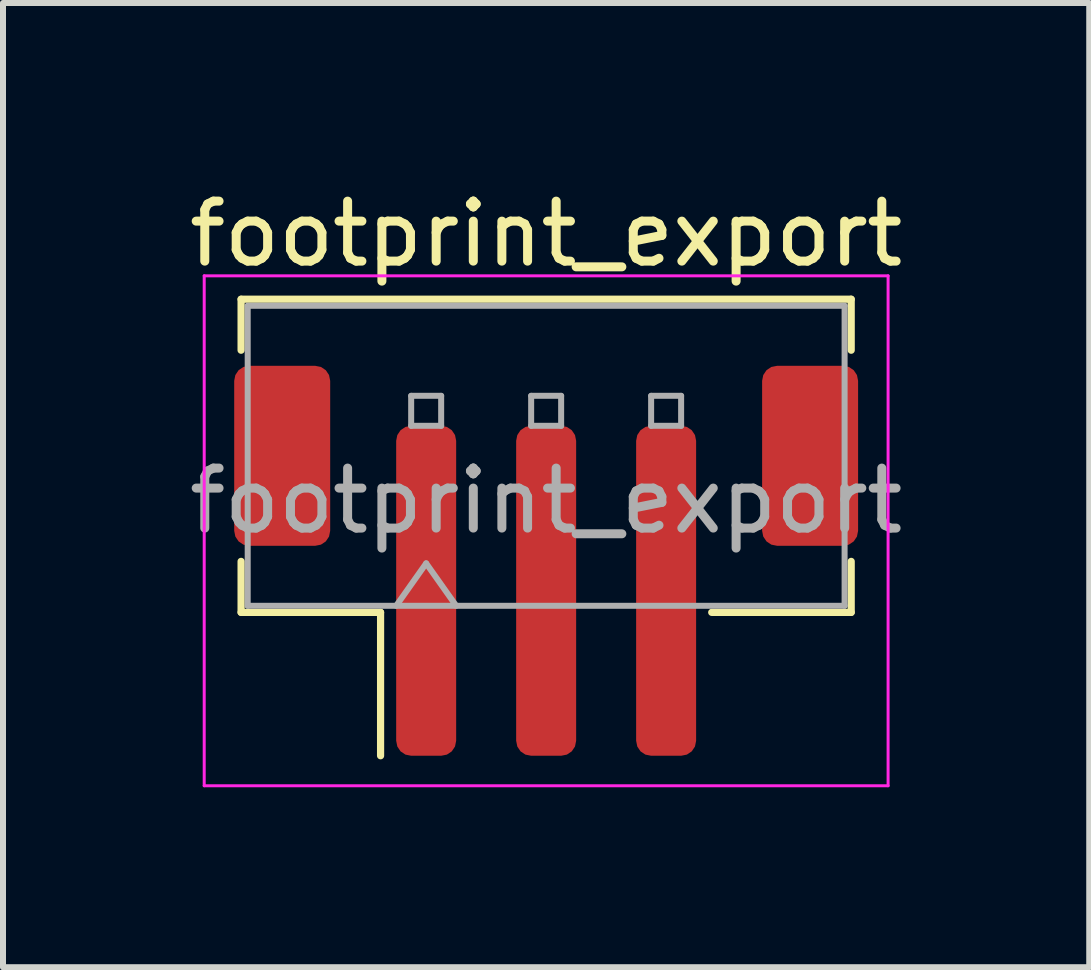
<source format=kicad_pcb>
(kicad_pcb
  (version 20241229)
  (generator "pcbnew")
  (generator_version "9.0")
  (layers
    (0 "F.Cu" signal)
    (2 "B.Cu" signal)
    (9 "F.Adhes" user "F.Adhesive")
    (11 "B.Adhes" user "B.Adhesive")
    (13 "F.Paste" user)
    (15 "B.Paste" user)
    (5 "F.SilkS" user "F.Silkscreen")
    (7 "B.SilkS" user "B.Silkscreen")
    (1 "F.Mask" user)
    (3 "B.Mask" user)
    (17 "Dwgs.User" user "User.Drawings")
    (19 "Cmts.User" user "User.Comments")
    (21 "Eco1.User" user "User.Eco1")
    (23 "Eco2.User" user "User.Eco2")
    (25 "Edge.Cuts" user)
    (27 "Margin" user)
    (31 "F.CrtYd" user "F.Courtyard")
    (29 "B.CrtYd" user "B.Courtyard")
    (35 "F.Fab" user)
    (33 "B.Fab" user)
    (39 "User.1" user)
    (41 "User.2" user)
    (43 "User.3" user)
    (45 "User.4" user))
  (footprint "footprint_export"
    (layer "F.Cu")
    (at 6.054 6.298)
    (property "Reference" "footprint_export" (at 0 -5.45 0) (layer "F.SilkS") (effects (font (size 1 1) (thickness 0.15))))
    (attr smd)
    (fp_line (start -5.085 -4.36) (end 5.085 -4.36) (stroke (width 0.12) (type solid)) (layer "F.SilkS"))
    (fp_line (start -5.085 -3.51) (end -5.085 -4.36) (stroke (width 0.12) (type solid)) (layer "F.SilkS"))
    (fp_line (start -5.085 0.01) (end -5.085 0.86) (stroke (width 0.12) (type solid)) (layer "F.SilkS"))
    (fp_line (start -5.085 0.86) (end -2.76 0.86) (stroke (width 0.12) (type solid)) (layer "F.SilkS"))
    (fp_line (start -2.76 0.86) (end -2.76 3.25) (stroke (width 0.12) (type solid)) (layer "F.SilkS"))
    (fp_line (start 5.085 -4.36) (end 5.085 -3.51) (stroke (width 0.12) (type solid)) (layer "F.SilkS"))
    (fp_line (start 5.085 0.01) (end 5.085 0.86) (stroke (width 0.12) (type solid)) (layer "F.SilkS"))
    (fp_line (start 5.085 0.86) (end 2.76 0.86) (stroke (width 0.12) (type solid)) (layer "F.SilkS"))
    (fp_line (start -5.7 -4.75) (end -5.7 3.75) (stroke (width 0.05) (type solid)) (layer "F.CrtYd"))
    (fp_line (start -5.7 3.75) (end 5.7 3.75) (stroke (width 0.05) (type solid)) (layer "F.CrtYd"))
    (fp_line (start 5.7 -4.75) (end -5.7 -4.75) (stroke (width 0.05) (type solid)) (layer "F.CrtYd"))
    (fp_line (start 5.7 3.75) (end 5.7 -4.75) (stroke (width 0.05) (type solid)) (layer "F.CrtYd"))
    (fp_line (start -4.975 -4.25) (end 4.975 -4.25) (stroke (width 0.1) (type solid)) (layer "F.Fab"))
    (fp_line (start -4.975 0.75) (end -4.975 -4.25) (stroke (width 0.1) (type solid)) (layer "F.Fab"))
    (fp_line (start -4.975 0.75) (end 4.975 0.75) (stroke (width 0.1) (type solid)) (layer "F.Fab"))
    (fp_line (start -2.5 0.75) (end -2 0.043) (stroke (width 0.1) (type solid)) (layer "F.Fab"))
    (fp_line (start -2.25 -2.75) (end -2.25 -2.25) (stroke (width 0.1) (type solid)) (layer "F.Fab"))
    (fp_line (start -2.25 -2.25) (end -1.75 -2.25) (stroke (width 0.1) (type solid)) (layer "F.Fab"))
    (fp_line (start -2 0.043) (end -1.5 0.75) (stroke (width 0.1) (type solid)) (layer "F.Fab"))
    (fp_line (start -1.75 -2.75) (end -2.25 -2.75) (stroke (width 0.1) (type solid)) (layer "F.Fab"))
    (fp_line (start -1.75 -2.25) (end -1.75 -2.75) (stroke (width 0.1) (type solid)) (layer "F.Fab"))
    (fp_line (start -0.25 -2.75) (end -0.25 -2.25) (stroke (width 0.1) (type solid)) (layer "F.Fab"))
    (fp_line (start -0.25 -2.25) (end 0.25 -2.25) (stroke (width 0.1) (type solid)) (layer "F.Fab"))
    (fp_line (start 0.25 -2.75) (end -0.25 -2.75) (stroke (width 0.1) (type solid)) (layer "F.Fab"))
    (fp_line (start 0.25 -2.25) (end 0.25 -2.75) (stroke (width 0.1) (type solid)) (layer "F.Fab"))
    (fp_line (start 1.75 -2.75) (end 1.75 -2.25) (stroke (width 0.1) (type solid)) (layer "F.Fab"))
    (fp_line (start 1.75 -2.25) (end 2.25 -2.25) (stroke (width 0.1) (type solid)) (layer "F.Fab"))
    (fp_line (start 2.25 -2.75) (end 1.75 -2.75) (stroke (width 0.1) (type solid)) (layer "F.Fab"))
    (fp_line (start 2.25 -2.25) (end 2.25 -2.75) (stroke (width 0.1) (type solid)) (layer "F.Fab"))
    (fp_line (start 4.975 0.75) (end 4.975 -4.25) (stroke (width 0.1) (type solid)) (layer "F.Fab"))
    (fp_text user "${REFERENCE}" (at 0 -1 0) (layer "F.Fab") (effects (font (size 1 1) (thickness 0.15))))
    (pad "1" smd roundrect (at -2 0.5) (size 1 5.5) (layers "F.Cu" "F.Mask" "F.Paste") (roundrect_rratio 0.25))
    (pad "2" smd roundrect (at 0 0.5) (size 1 5.5) (layers "F.Cu" "F.Mask" "F.Paste") (roundrect_rratio 0.25))
    (pad "3" smd roundrect (at 2 0.5) (size 1 5.5) (layers "F.Cu" "F.Mask" "F.Paste") (roundrect_rratio 0.25))
    (pad "MP" smd roundrect (at -4.4 -1.75) (size 1.6 3) (layers "F.Cu" "F.Mask" "F.Paste") (roundrect_rratio 0.156))
    (pad "MP" smd roundrect (at 4.4 -1.75) (size 1.6 3) (layers "F.Cu" "F.Mask" "F.Paste") (roundrect_rratio 0.156)))
  (gr_rect
    (start -3 -3)
    (end 15.107 13.073)
    (stroke (width 0.1) (type default))
    (fill no)
    (layer "Edge.Cuts")))
</source>
